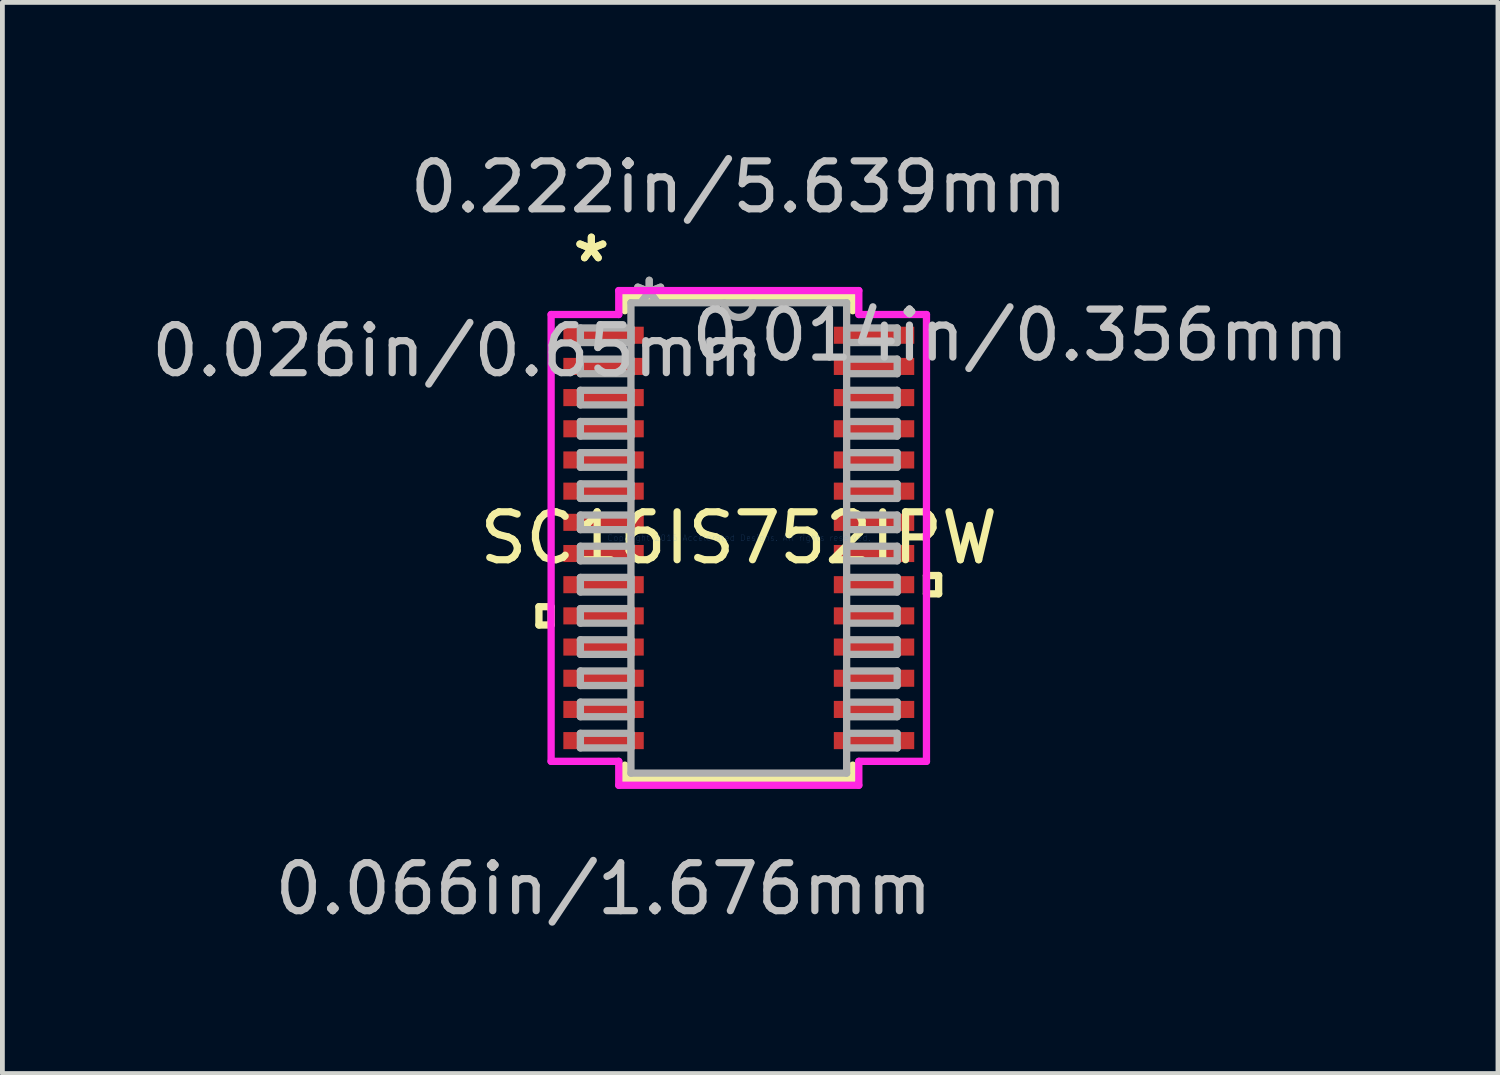
<source format=kicad_pcb>
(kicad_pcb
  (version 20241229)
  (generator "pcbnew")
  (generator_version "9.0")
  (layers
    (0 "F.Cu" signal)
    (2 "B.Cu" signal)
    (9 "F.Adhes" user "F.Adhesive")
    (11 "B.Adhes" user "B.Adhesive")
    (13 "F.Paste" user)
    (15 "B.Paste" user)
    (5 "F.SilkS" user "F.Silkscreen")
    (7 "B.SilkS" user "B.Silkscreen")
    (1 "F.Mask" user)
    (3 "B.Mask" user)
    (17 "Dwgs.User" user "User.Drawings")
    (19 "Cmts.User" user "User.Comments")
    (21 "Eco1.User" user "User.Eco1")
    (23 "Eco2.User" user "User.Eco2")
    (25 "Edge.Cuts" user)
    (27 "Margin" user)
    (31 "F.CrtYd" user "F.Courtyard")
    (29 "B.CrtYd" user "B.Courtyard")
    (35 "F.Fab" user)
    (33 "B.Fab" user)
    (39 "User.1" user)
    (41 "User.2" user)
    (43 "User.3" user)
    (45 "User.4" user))
  (footprint "SC16IS752IPW"
    (layer "F.Cu")
    (at 12.35 8.163)
    (property "Reference" "SC16IS752IPW" (at 0 0 0) (layer "F.SilkS") (effects (font (size 1 1) (thickness 0.15))))
    (attr through_hole)
    (fp_line (start -4.166 1.434) (end -4.166 1.815) (stroke (width 0.152) (type solid)) (layer "F.SilkS"))
    (fp_line (start -4.166 1.815) (end -3.912 1.815) (stroke (width 0.152) (type solid)) (layer "F.SilkS"))
    (fp_line (start -3.912 1.434) (end -4.166 1.434) (stroke (width 0.152) (type solid)) (layer "F.SilkS"))
    (fp_line (start -3.912 1.815) (end -3.912 1.434) (stroke (width 0.152) (type solid)) (layer "F.SilkS"))
    (fp_line (start -2.375 -5.029) (end -2.375 -4.736) (stroke (width 0.152) (type solid)) (layer "F.SilkS"))
    (fp_line (start -2.375 4.736) (end -2.375 5.029) (stroke (width 0.152) (type solid)) (layer "F.SilkS"))
    (fp_line (start -2.375 5.029) (end 2.375 5.029) (stroke (width 0.152) (type solid)) (layer "F.SilkS"))
    (fp_line (start 2.375 -5.029) (end -2.375 -5.029) (stroke (width 0.152) (type solid)) (layer "F.SilkS"))
    (fp_line (start 2.375 -4.736) (end 2.375 -5.029) (stroke (width 0.152) (type solid)) (layer "F.SilkS"))
    (fp_line (start 2.375 5.029) (end 2.375 4.736) (stroke (width 0.152) (type solid)) (layer "F.SilkS"))
    (fp_line (start 3.912 0.784) (end 4.166 0.784) (stroke (width 0.152) (type solid)) (layer "F.SilkS"))
    (fp_line (start 3.912 1.165) (end 3.912 0.784) (stroke (width 0.152) (type solid)) (layer "F.SilkS"))
    (fp_line (start 4.166 0.784) (end 4.166 1.165) (stroke (width 0.152) (type solid)) (layer "F.SilkS"))
    (fp_line (start 4.166 1.165) (end 3.912 1.165) (stroke (width 0.152) (type solid)) (layer "F.SilkS"))
    (fp_line (start -3.912 -4.657) (end -2.502 -4.657) (stroke (width 0.152) (type solid)) (layer "F.CrtYd"))
    (fp_line (start -3.912 4.657) (end -3.912 -4.657) (stroke (width 0.152) (type solid)) (layer "F.CrtYd"))
    (fp_line (start -2.502 -5.156) (end 2.502 -5.156) (stroke (width 0.152) (type solid)) (layer "F.CrtYd"))
    (fp_line (start -2.502 -4.657) (end -2.502 -5.156) (stroke (width 0.152) (type solid)) (layer "F.CrtYd"))
    (fp_line (start -2.502 4.657) (end -3.912 4.657) (stroke (width 0.152) (type solid)) (layer "F.CrtYd"))
    (fp_line (start -2.502 5.156) (end -2.502 4.657) (stroke (width 0.152) (type solid)) (layer "F.CrtYd"))
    (fp_line (start 2.502 -5.156) (end 2.502 -4.657) (stroke (width 0.152) (type solid)) (layer "F.CrtYd"))
    (fp_line (start 2.502 -4.657) (end 3.912 -4.657) (stroke (width 0.152) (type solid)) (layer "F.CrtYd"))
    (fp_line (start 2.502 4.657) (end 2.502 5.156) (stroke (width 0.152) (type solid)) (layer "F.CrtYd"))
    (fp_line (start 2.502 5.156) (end -2.502 5.156) (stroke (width 0.152) (type solid)) (layer "F.CrtYd"))
    (fp_line (start 3.912 -4.657) (end 3.912 4.657) (stroke (width 0.152) (type solid)) (layer "F.CrtYd"))
    (fp_line (start 3.912 4.657) (end 2.502 4.657) (stroke (width 0.152) (type solid)) (layer "F.CrtYd"))
    (fp_line (start -3.302 -4.377) (end -3.302 -4.073) (stroke (width 0.152) (type solid)) (layer "F.Fab"))
    (fp_line (start -3.302 -4.073) (end -2.248 -4.073) (stroke (width 0.152) (type solid)) (layer "F.Fab"))
    (fp_line (start -3.302 -3.727) (end -3.302 -3.423) (stroke (width 0.152) (type solid)) (layer "F.Fab"))
    (fp_line (start -3.302 -3.423) (end -2.248 -3.423) (stroke (width 0.152) (type solid)) (layer "F.Fab"))
    (fp_line (start -3.302 -3.077) (end -3.302 -2.773) (stroke (width 0.152) (type solid)) (layer "F.Fab"))
    (fp_line (start -3.302 -2.773) (end -2.248 -2.773) (stroke (width 0.152) (type solid)) (layer "F.Fab"))
    (fp_line (start -3.302 -2.427) (end -3.302 -2.123) (stroke (width 0.152) (type solid)) (layer "F.Fab"))
    (fp_line (start -3.302 -2.123) (end -2.248 -2.123) (stroke (width 0.152) (type solid)) (layer "F.Fab"))
    (fp_line (start -3.302 -1.777) (end -3.302 -1.473) (stroke (width 0.152) (type solid)) (layer "F.Fab"))
    (fp_line (start -3.302 -1.473) (end -2.248 -1.473) (stroke (width 0.152) (type solid)) (layer "F.Fab"))
    (fp_line (start -3.302 -1.127) (end -3.302 -0.823) (stroke (width 0.152) (type solid)) (layer "F.Fab"))
    (fp_line (start -3.302 -0.823) (end -2.248 -0.823) (stroke (width 0.152) (type solid)) (layer "F.Fab"))
    (fp_line (start -3.302 -0.477) (end -3.302 -0.173) (stroke (width 0.152) (type solid)) (layer "F.Fab"))
    (fp_line (start -3.302 -0.173) (end -2.248 -0.173) (stroke (width 0.152) (type solid)) (layer "F.Fab"))
    (fp_line (start -3.302 0.173) (end -3.302 0.477) (stroke (width 0.152) (type solid)) (layer "F.Fab"))
    (fp_line (start -3.302 0.477) (end -2.248 0.477) (stroke (width 0.152) (type solid)) (layer "F.Fab"))
    (fp_line (start -3.302 0.823) (end -3.302 1.127) (stroke (width 0.152) (type solid)) (layer "F.Fab"))
    (fp_line (start -3.302 1.127) (end -2.248 1.127) (stroke (width 0.152) (type solid)) (layer "F.Fab"))
    (fp_line (start -3.302 1.473) (end -3.302 1.777) (stroke (width 0.152) (type solid)) (layer "F.Fab"))
    (fp_line (start -3.302 1.777) (end -2.248 1.777) (stroke (width 0.152) (type solid)) (layer "F.Fab"))
    (fp_line (start -3.302 2.123) (end -3.302 2.427) (stroke (width 0.152) (type solid)) (layer "F.Fab"))
    (fp_line (start -3.302 2.427) (end -2.248 2.427) (stroke (width 0.152) (type solid)) (layer "F.Fab"))
    (fp_line (start -3.302 2.773) (end -3.302 3.077) (stroke (width 0.152) (type solid)) (layer "F.Fab"))
    (fp_line (start -3.302 3.077) (end -2.248 3.077) (stroke (width 0.152) (type solid)) (layer "F.Fab"))
    (fp_line (start -3.302 3.423) (end -3.302 3.727) (stroke (width 0.152) (type solid)) (layer "F.Fab"))
    (fp_line (start -3.302 3.727) (end -2.248 3.727) (stroke (width 0.152) (type solid)) (layer "F.Fab"))
    (fp_line (start -3.302 4.073) (end -3.302 4.377) (stroke (width 0.152) (type solid)) (layer "F.Fab"))
    (fp_line (start -3.302 4.377) (end -2.248 4.377) (stroke (width 0.152) (type solid)) (layer "F.Fab"))
    (fp_line (start -2.248 -4.902) (end -2.248 4.902) (stroke (width 0.152) (type solid)) (layer "F.Fab"))
    (fp_line (start -2.248 -4.377) (end -3.302 -4.377) (stroke (width 0.152) (type solid)) (layer "F.Fab"))
    (fp_line (start -2.248 -4.073) (end -2.248 -4.377) (stroke (width 0.152) (type solid)) (layer "F.Fab"))
    (fp_line (start -2.248 -3.727) (end -3.302 -3.727) (stroke (width 0.152) (type solid)) (layer "F.Fab"))
    (fp_line (start -2.248 -3.423) (end -2.248 -3.727) (stroke (width 0.152) (type solid)) (layer "F.Fab"))
    (fp_line (start -2.248 -3.077) (end -3.302 -3.077) (stroke (width 0.152) (type solid)) (layer "F.Fab"))
    (fp_line (start -2.248 -2.773) (end -2.248 -3.077) (stroke (width 0.152) (type solid)) (layer "F.Fab"))
    (fp_line (start -2.248 -2.427) (end -3.302 -2.427) (stroke (width 0.152) (type solid)) (layer "F.Fab"))
    (fp_line (start -2.248 -2.123) (end -2.248 -2.427) (stroke (width 0.152) (type solid)) (layer "F.Fab"))
    (fp_line (start -2.248 -1.777) (end -3.302 -1.777) (stroke (width 0.152) (type solid)) (layer "F.Fab"))
    (fp_line (start -2.248 -1.473) (end -2.248 -1.777) (stroke (width 0.152) (type solid)) (layer "F.Fab"))
    (fp_line (start -2.248 -1.127) (end -3.302 -1.127) (stroke (width 0.152) (type solid)) (layer "F.Fab"))
    (fp_line (start -2.248 -0.823) (end -2.248 -1.127) (stroke (width 0.152) (type solid)) (layer "F.Fab"))
    (fp_line (start -2.248 -0.477) (end -3.302 -0.477) (stroke (width 0.152) (type solid)) (layer "F.Fab"))
    (fp_line (start -2.248 -0.173) (end -2.248 -0.477) (stroke (width 0.152) (type solid)) (layer "F.Fab"))
    (fp_line (start -2.248 0.173) (end -3.302 0.173) (stroke (width 0.152) (type solid)) (layer "F.Fab"))
    (fp_line (start -2.248 0.477) (end -2.248 0.173) (stroke (width 0.152) (type solid)) (layer "F.Fab"))
    (fp_line (start -2.248 0.823) (end -3.302 0.823) (stroke (width 0.152) (type solid)) (layer "F.Fab"))
    (fp_line (start -2.248 1.127) (end -2.248 0.823) (stroke (width 0.152) (type solid)) (layer "F.Fab"))
    (fp_line (start -2.248 1.473) (end -3.302 1.473) (stroke (width 0.152) (type solid)) (layer "F.Fab"))
    (fp_line (start -2.248 1.777) (end -2.248 1.473) (stroke (width 0.152) (type solid)) (layer "F.Fab"))
    (fp_line (start -2.248 2.123) (end -3.302 2.123) (stroke (width 0.152) (type solid)) (layer "F.Fab"))
    (fp_line (start -2.248 2.427) (end -2.248 2.123) (stroke (width 0.152) (type solid)) (layer "F.Fab"))
    (fp_line (start -2.248 2.773) (end -3.302 2.773) (stroke (width 0.152) (type solid)) (layer "F.Fab"))
    (fp_line (start -2.248 3.077) (end -2.248 2.773) (stroke (width 0.152) (type solid)) (layer "F.Fab"))
    (fp_line (start -2.248 3.423) (end -3.302 3.423) (stroke (width 0.152) (type solid)) (layer "F.Fab"))
    (fp_line (start -2.248 3.727) (end -2.248 3.423) (stroke (width 0.152) (type solid)) (layer "F.Fab"))
    (fp_line (start -2.248 4.073) (end -3.302 4.073) (stroke (width 0.152) (type solid)) (layer "F.Fab"))
    (fp_line (start -2.248 4.377) (end -2.248 4.073) (stroke (width 0.152) (type solid)) (layer "F.Fab"))
    (fp_line (start -2.248 4.902) (end 2.248 4.902) (stroke (width 0.152) (type solid)) (layer "F.Fab"))
    (fp_line (start 2.248 -4.902) (end -2.248 -4.902) (stroke (width 0.152) (type solid)) (layer "F.Fab"))
    (fp_line (start 2.248 -4.377) (end 2.248 -4.073) (stroke (width 0.152) (type solid)) (layer "F.Fab"))
    (fp_line (start 2.248 -4.073) (end 3.302 -4.073) (stroke (width 0.152) (type solid)) (layer "F.Fab"))
    (fp_line (start 2.248 -3.727) (end 2.248 -3.423) (stroke (width 0.152) (type solid)) (layer "F.Fab"))
    (fp_line (start 2.248 -3.423) (end 3.302 -3.423) (stroke (width 0.152) (type solid)) (layer "F.Fab"))
    (fp_line (start 2.248 -3.077) (end 2.248 -2.773) (stroke (width 0.152) (type solid)) (layer "F.Fab"))
    (fp_line (start 2.248 -2.773) (end 3.302 -2.773) (stroke (width 0.152) (type solid)) (layer "F.Fab"))
    (fp_line (start 2.248 -2.427) (end 2.248 -2.123) (stroke (width 0.152) (type solid)) (layer "F.Fab"))
    (fp_line (start 2.248 -2.123) (end 3.302 -2.123) (stroke (width 0.152) (type solid)) (layer "F.Fab"))
    (fp_line (start 2.248 -1.777) (end 2.248 -1.473) (stroke (width 0.152) (type solid)) (layer "F.Fab"))
    (fp_line (start 2.248 -1.473) (end 3.302 -1.473) (stroke (width 0.152) (type solid)) (layer "F.Fab"))
    (fp_line (start 2.248 -1.127) (end 2.248 -0.823) (stroke (width 0.152) (type solid)) (layer "F.Fab"))
    (fp_line (start 2.248 -0.823) (end 3.302 -0.823) (stroke (width 0.152) (type solid)) (layer "F.Fab"))
    (fp_line (start 2.248 -0.477) (end 2.248 -0.173) (stroke (width 0.152) (type solid)) (layer "F.Fab"))
    (fp_line (start 2.248 -0.173) (end 3.302 -0.173) (stroke (width 0.152) (type solid)) (layer "F.Fab"))
    (fp_line (start 2.248 0.173) (end 2.248 0.477) (stroke (width 0.152) (type solid)) (layer "F.Fab"))
    (fp_line (start 2.248 0.477) (end 3.302 0.477) (stroke (width 0.152) (type solid)) (layer "F.Fab"))
    (fp_line (start 2.248 0.823) (end 2.248 1.127) (stroke (width 0.152) (type solid)) (layer "F.Fab"))
    (fp_line (start 2.248 1.127) (end 3.302 1.127) (stroke (width 0.152) (type solid)) (layer "F.Fab"))
    (fp_line (start 2.248 1.473) (end 2.248 1.777) (stroke (width 0.152) (type solid)) (layer "F.Fab"))
    (fp_line (start 2.248 1.777) (end 3.302 1.777) (stroke (width 0.152) (type solid)) (layer "F.Fab"))
    (fp_line (start 2.248 2.123) (end 2.248 2.427) (stroke (width 0.152) (type solid)) (layer "F.Fab"))
    (fp_line (start 2.248 2.427) (end 3.302 2.427) (stroke (width 0.152) (type solid)) (layer "F.Fab"))
    (fp_line (start 2.248 2.773) (end 2.248 3.077) (stroke (width 0.152) (type solid)) (layer "F.Fab"))
    (fp_line (start 2.248 3.077) (end 3.302 3.077) (stroke (width 0.152) (type solid)) (layer "F.Fab"))
    (fp_line (start 2.248 3.423) (end 2.248 3.727) (stroke (width 0.152) (type solid)) (layer "F.Fab"))
    (fp_line (start 2.248 3.727) (end 3.302 3.727) (stroke (width 0.152) (type solid)) (layer "F.Fab"))
    (fp_line (start 2.248 4.073) (end 2.248 4.377) (stroke (width 0.152) (type solid)) (layer "F.Fab"))
    (fp_line (start 2.248 4.377) (end 3.302 4.377) (stroke (width 0.152) (type solid)) (layer "F.Fab"))
    (fp_line (start 2.248 4.902) (end 2.248 -4.902) (stroke (width 0.152) (type solid)) (layer "F.Fab"))
    (fp_line (start 3.302 -4.377) (end 2.248 -4.377) (stroke (width 0.152) (type solid)) (layer "F.Fab"))
    (fp_line (start 3.302 -4.073) (end 3.302 -4.377) (stroke (width 0.152) (type solid)) (layer "F.Fab"))
    (fp_line (start 3.302 -3.727) (end 2.248 -3.727) (stroke (width 0.152) (type solid)) (layer "F.Fab"))
    (fp_line (start 3.302 -3.423) (end 3.302 -3.727) (stroke (width 0.152) (type solid)) (layer "F.Fab"))
    (fp_line (start 3.302 -3.077) (end 2.248 -3.077) (stroke (width 0.152) (type solid)) (layer "F.Fab"))
    (fp_line (start 3.302 -2.773) (end 3.302 -3.077) (stroke (width 0.152) (type solid)) (layer "F.Fab"))
    (fp_line (start 3.302 -2.427) (end 2.248 -2.427) (stroke (width 0.152) (type solid)) (layer "F.Fab"))
    (fp_line (start 3.302 -2.123) (end 3.302 -2.427) (stroke (width 0.152) (type solid)) (layer "F.Fab"))
    (fp_line (start 3.302 -1.777) (end 2.248 -1.777) (stroke (width 0.152) (type solid)) (layer "F.Fab"))
    (fp_line (start 3.302 -1.473) (end 3.302 -1.777) (stroke (width 0.152) (type solid)) (layer "F.Fab"))
    (fp_line (start 3.302 -1.127) (end 2.248 -1.127) (stroke (width 0.152) (type solid)) (layer "F.Fab"))
    (fp_line (start 3.302 -0.823) (end 3.302 -1.127) (stroke (width 0.152) (type solid)) (layer "F.Fab"))
    (fp_line (start 3.302 -0.477) (end 2.248 -0.477) (stroke (width 0.152) (type solid)) (layer "F.Fab"))
    (fp_line (start 3.302 -0.173) (end 3.302 -0.477) (stroke (width 0.152) (type solid)) (layer "F.Fab"))
    (fp_line (start 3.302 0.173) (end 2.248 0.173) (stroke (width 0.152) (type solid)) (layer "F.Fab"))
    (fp_line (start 3.302 0.477) (end 3.302 0.173) (stroke (width 0.152) (type solid)) (layer "F.Fab"))
    (fp_line (start 3.302 0.823) (end 2.248 0.823) (stroke (width 0.152) (type solid)) (layer "F.Fab"))
    (fp_line (start 3.302 1.127) (end 3.302 0.823) (stroke (width 0.152) (type solid)) (layer "F.Fab"))
    (fp_line (start 3.302 1.473) (end 2.248 1.473) (stroke (width 0.152) (type solid)) (layer "F.Fab"))
    (fp_line (start 3.302 1.777) (end 3.302 1.473) (stroke (width 0.152) (type solid)) (layer "F.Fab"))
    (fp_line (start 3.302 2.123) (end 2.248 2.123) (stroke (width 0.152) (type solid)) (layer "F.Fab"))
    (fp_line (start 3.302 2.427) (end 3.302 2.123) (stroke (width 0.152) (type solid)) (layer "F.Fab"))
    (fp_line (start 3.302 2.773) (end 2.248 2.773) (stroke (width 0.152) (type solid)) (layer "F.Fab"))
    (fp_line (start 3.302 3.077) (end 3.302 2.773) (stroke (width 0.152) (type solid)) (layer "F.Fab"))
    (fp_line (start 3.302 3.423) (end 2.248 3.423) (stroke (width 0.152) (type solid)) (layer "F.Fab"))
    (fp_line (start 3.302 3.727) (end 3.302 3.423) (stroke (width 0.152) (type solid)) (layer "F.Fab"))
    (fp_line (start 3.302 4.073) (end 2.248 4.073) (stroke (width 0.152) (type solid)) (layer "F.Fab"))
    (fp_line (start 3.302 4.377) (end 3.302 4.073) (stroke (width 0.152) (type solid)) (layer "F.Fab"))
    (fp_arc (start 0.3048 -4.9022) (mid 0 -4.5974) (end -0.3048 -4.9022) (stroke (width 0.1524) (type solid)) (layer "F.Fab"))
    (fp_text user "*" (at -3.073 -5.724 0) (layer "F.SilkS") (effects (font (size 1 1) (thickness 0.15))))
    (fp_text user "*" (at -3.073 -5.724 0) (layer "F.SilkS") (effects (font (size 1 1) (thickness 0.15))))
    (fp_text user "0.014in/0.356mm" (at 5.867 -4.225 0) (layer "Dwgs.User") (effects (font (size 1 1) (thickness 0.15))))
    (fp_text user "0.222in/5.639mm" (at 0 -7.315 0) (layer "Dwgs.User") (effects (font (size 1 1) (thickness 0.15))))
    (fp_text user "0.026in/0.65mm" (at -5.867 -3.9 0) (layer "Dwgs.User") (effects (font (size 1 1) (thickness 0.15))))
    (fp_text user "0.066in/1.676mm" (at -2.819 7.315 0) (layer "Dwgs.User") (effects (font (size 1 1) (thickness 0.15))))
    (fp_text user "Copyright 2016 Accelerated Designs. All rights reserved." (at 0 0 0) (layer "Cmts.User") (effects (font (size 0.127 0.127) (thickness 0.002))))
    (fp_text user "*" (at -1.867 -4.826 0) (layer "F.Fab") (effects (font (size 1 1) (thickness 0.15))))
    (fp_text user "*" (at -1.867 -4.826 0) (layer "F.Fab") (effects (font (size 1 1) (thickness 0.15))))
    (pad "1" smd rect (at -2.819 -4.225) (size 1.676 0.356) (layers "F.Cu" "F.Mask" "F.Paste"))
    (pad "2" smd rect (at -2.819 -3.575) (size 1.676 0.356) (layers "F.Cu" "F.Mask" "F.Paste"))
    (pad "3" smd rect (at -2.819 -2.925) (size 1.676 0.356) (layers "F.Cu" "F.Mask" "F.Paste"))
    (pad "4" smd rect (at -2.819 -2.275) (size 1.676 0.356) (layers "F.Cu" "F.Mask" "F.Paste"))
    (pad "5" smd rect (at -2.819 -1.625) (size 1.676 0.356) (layers "F.Cu" "F.Mask" "F.Paste"))
    (pad "6" smd rect (at -2.819 -0.975) (size 1.676 0.356) (layers "F.Cu" "F.Mask" "F.Paste"))
    (pad "7" smd rect (at -2.819 -0.325) (size 1.676 0.356) (layers "F.Cu" "F.Mask" "F.Paste"))
    (pad "8" smd rect (at -2.819 0.325) (size 1.676 0.356) (layers "F.Cu" "F.Mask" "F.Paste"))
    (pad "9" smd rect (at -2.819 0.975) (size 1.676 0.356) (layers "F.Cu" "F.Mask" "F.Paste"))
    (pad "10" smd rect (at -2.819 1.625) (size 1.676 0.356) (layers "F.Cu" "F.Mask" "F.Paste"))
    (pad "11" smd rect (at -2.819 2.275) (size 1.676 0.356) (layers "F.Cu" "F.Mask" "F.Paste"))
    (pad "12" smd rect (at -2.819 2.925) (size 1.676 0.356) (layers "F.Cu" "F.Mask" "F.Paste"))
    (pad "13" smd rect (at -2.819 3.575) (size 1.676 0.356) (layers "F.Cu" "F.Mask" "F.Paste"))
    (pad "14" smd rect (at -2.819 4.225) (size 1.676 0.356) (layers "F.Cu" "F.Mask" "F.Paste"))
    (pad "15" smd rect (at 2.819 4.225) (size 1.676 0.356) (layers "F.Cu" "F.Mask" "F.Paste"))
    (pad "16" smd rect (at 2.819 3.575) (size 1.676 0.356) (layers "F.Cu" "F.Mask" "F.Paste"))
    (pad "17" smd rect (at 2.819 2.925) (size 1.676 0.356) (layers "F.Cu" "F.Mask" "F.Paste"))
    (pad "18" smd rect (at 2.819 2.275) (size 1.676 0.356) (layers "F.Cu" "F.Mask" "F.Paste"))
    (pad "19" smd rect (at 2.819 1.625) (size 1.676 0.356) (layers "F.Cu" "F.Mask" "F.Paste"))
    (pad "20" smd rect (at 2.819 0.975) (size 1.676 0.356) (layers "F.Cu" "F.Mask" "F.Paste"))
    (pad "21" smd rect (at 2.819 0.325) (size 1.676 0.356) (layers "F.Cu" "F.Mask" "F.Paste"))
    (pad "22" smd rect (at 2.819 -0.325) (size 1.676 0.356) (layers "F.Cu" "F.Mask" "F.Paste"))
    (pad "23" smd rect (at 2.819 -0.975) (size 1.676 0.356) (layers "F.Cu" "F.Mask" "F.Paste"))
    (pad "24" smd rect (at 2.819 -1.625) (size 1.676 0.356) (layers "F.Cu" "F.Mask" "F.Paste"))
    (pad "25" smd rect (at 2.819 -2.275) (size 1.676 0.356) (layers "F.Cu" "F.Mask" "F.Paste"))
    (pad "26" smd rect (at 2.819 -2.925) (size 1.676 0.356) (layers "F.Cu" "F.Mask" "F.Paste"))
    (pad "27" smd rect (at 2.819 -3.575) (size 1.676 0.356) (layers "F.Cu" "F.Mask" "F.Paste"))
    (pad "28" smd rect (at 2.819 -4.225) (size 1.676 0.356) (layers "F.Cu" "F.Mask" "F.Paste")))
  (gr_rect
    (start -3 -3)
    (end 28.175 19.327)
    (stroke (width 0.1) (type default))
    (fill no)
    (layer "Edge.Cuts")))
</source>
